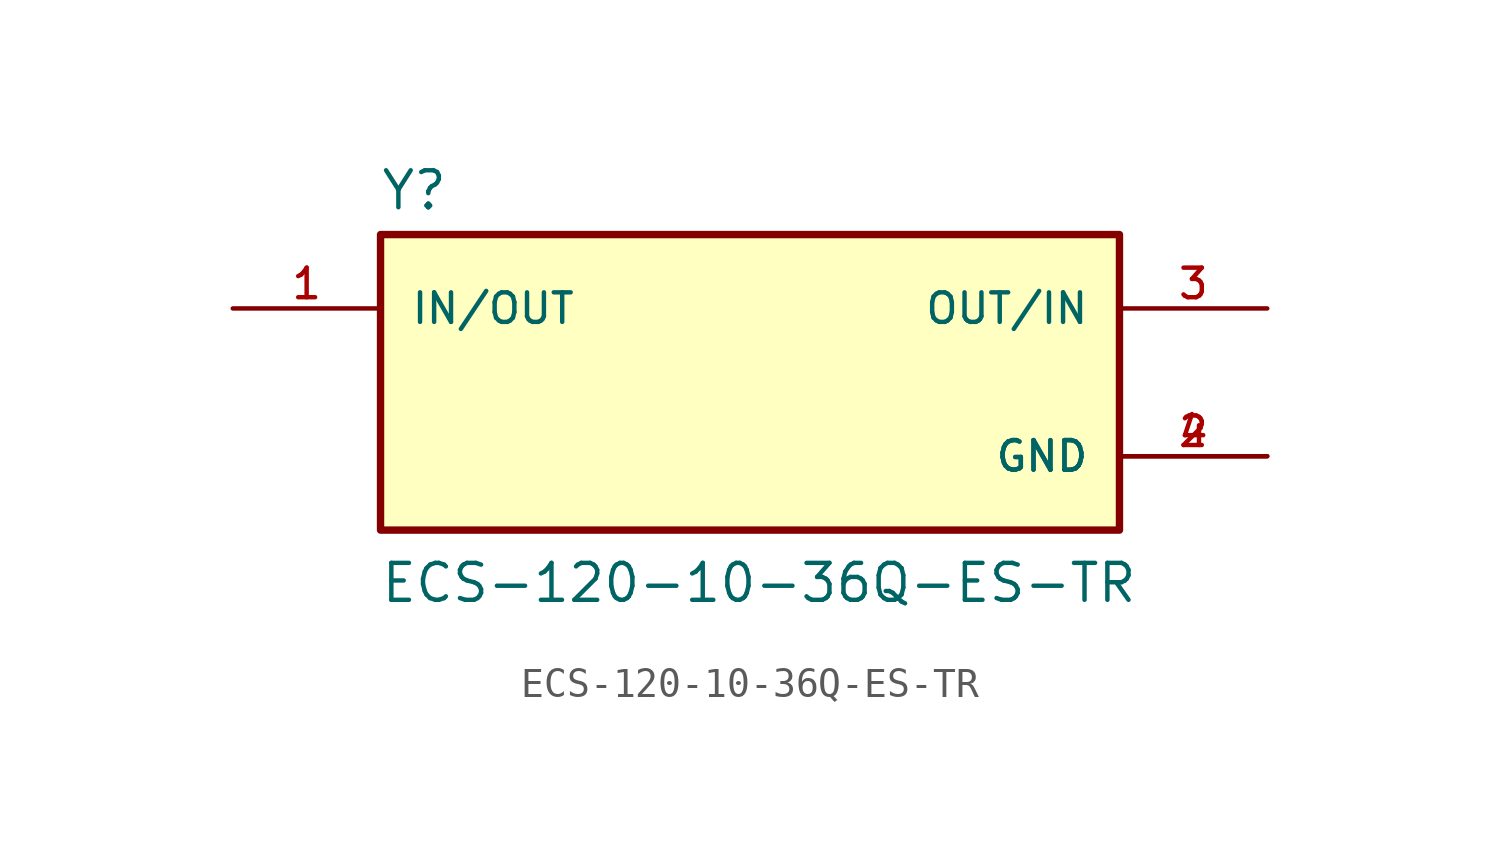
<source format=kicad_sym>
(kicad_symbol_lib
  (version 20211014)
  (generator kicad_symbol_editor)
  (symbol "ECS-120-10-36Q-ES-TR"
    (pin_names
      (offset 1.016))
    (property "Reference" "Y"
      (at -12.731 5.856 0)
      (effects (font (size 1.27 1.27)) (justify bottom left)))
    (property "Value" "ECS-120-10-36Q-ES-TR"
      (at -12.731 -7.639 0)
      (effects (font (size 1.27 1.27)) (justify bottom left)))
    (symbol "ECS-120-10-36Q-ES-TR_0_0"
      (rectangle (start -12.7 -5.08) (end 12.7 5.08) (stroke (width 0.254)) (fill (type background)))
      (pin bidirectional line (at 17.78 2.54 180.0) (length 5.08) (name "OUT/IN" (effects (font (size 1.016 1.016)))) (number "3" (effects (font (size 1.016 1.016)))))
      (pin bidirectional line (at -17.78 2.54 0) (length 5.08) (name "IN/OUT" (effects (font (size 1.016 1.016)))) (number "1" (effects (font (size 1.016 1.016)))))
      (pin power_in line (at 17.78 -2.54 180.0) (length 5.08) (name "GND" (effects (font (size 1.016 1.016)))) (number "2" (effects (font (size 1.016 1.016)))))
      (pin power_in line (at 17.78 -2.54 180.0) (length 5.08) (name "GND" (effects (font (size 1.016 1.016)))) (number "4" (effects (font (size 1.016 1.016))))))))
</source>
